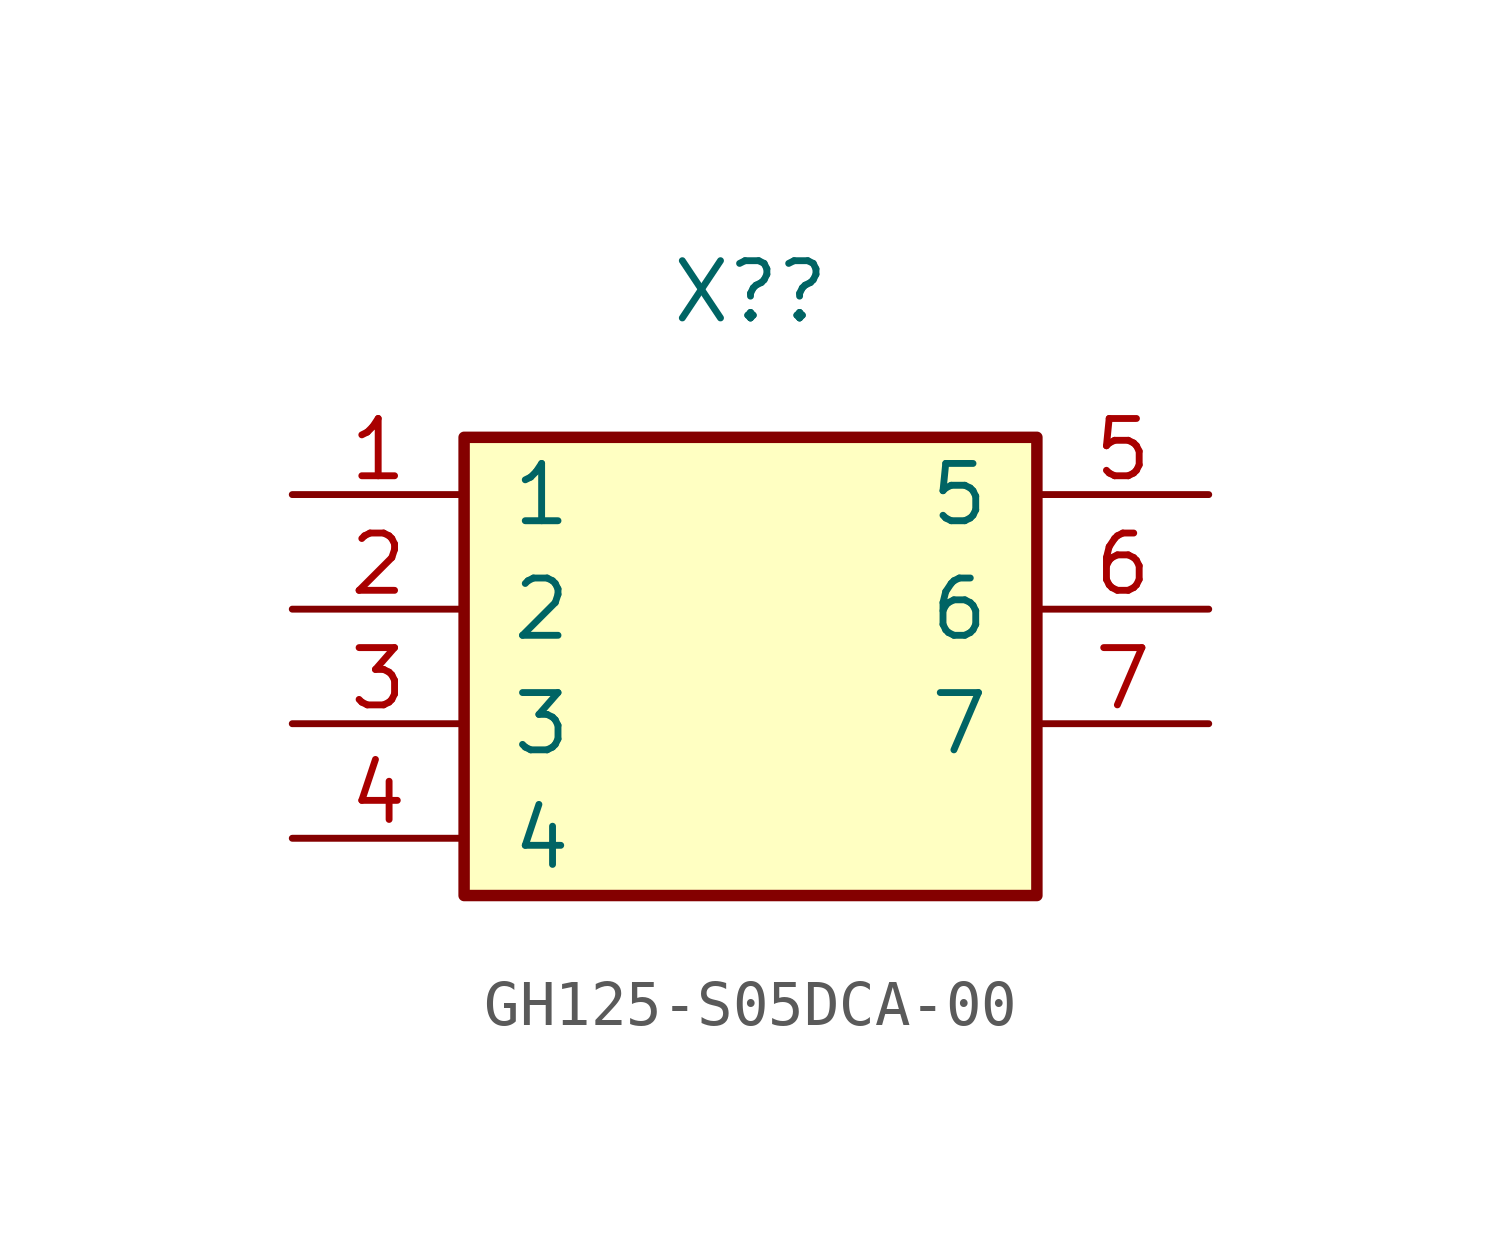
<source format=kicad_sym>
(kicad_symbol_lib
  (version 20241209)
  (generator "kicad_symbol_editor")
  (generator_version "9.0")
  (symbol "GH125-S05DCA-00"
    (pin_names
      (offset 1.014))
    (property "Reference" "X?"
      (at 0 7.036 0)
      (effects (font (size 1.27 1.27))))
    (symbol "GH125-S05DCA-00_1_1"
      (rectangle (start -6.35 -6.35) (end 6.35 3.81) (stroke (width 0.254) (type default)) (fill (type background)))
      (pin passive line (at -10.16 2.54 0) (length 3.81) (name "1" (effects (font (size 1.27 1.27)))) (number "1" (effects (font (size 1.27 1.27)))))
      (pin passive line (at -10.16 0 0) (length 3.81) (name "2" (effects (font (size 1.27 1.27)))) (number "2" (effects (font (size 1.27 1.27)))))
      (pin passive line (at -10.16 -2.54 0) (length 3.81) (name "3" (effects (font (size 1.27 1.27)))) (number "3" (effects (font (size 1.27 1.27)))))
      (pin passive line (at -10.16 -5.08 0) (length 3.81) (name "4" (effects (font (size 1.27 1.27)))) (number "4" (effects (font (size 1.27 1.27)))))
      (pin passive line (at 10.16 2.54 180) (length 3.81) (name "5" (effects (font (size 1.27 1.27)))) (number "5" (effects (font (size 1.27 1.27)))))
      (pin passive line (at 10.16 0 180) (length 3.81) (name "6" (effects (font (size 1.27 1.27)))) (number "6" (effects (font (size 1.27 1.27)))))
      (pin passive line (at 10.16 -2.54 180) (length 3.81) (name "7" (effects (font (size 1.27 1.27)))) (number "7" (effects (font (size 1.27 1.27))))))))
</source>
